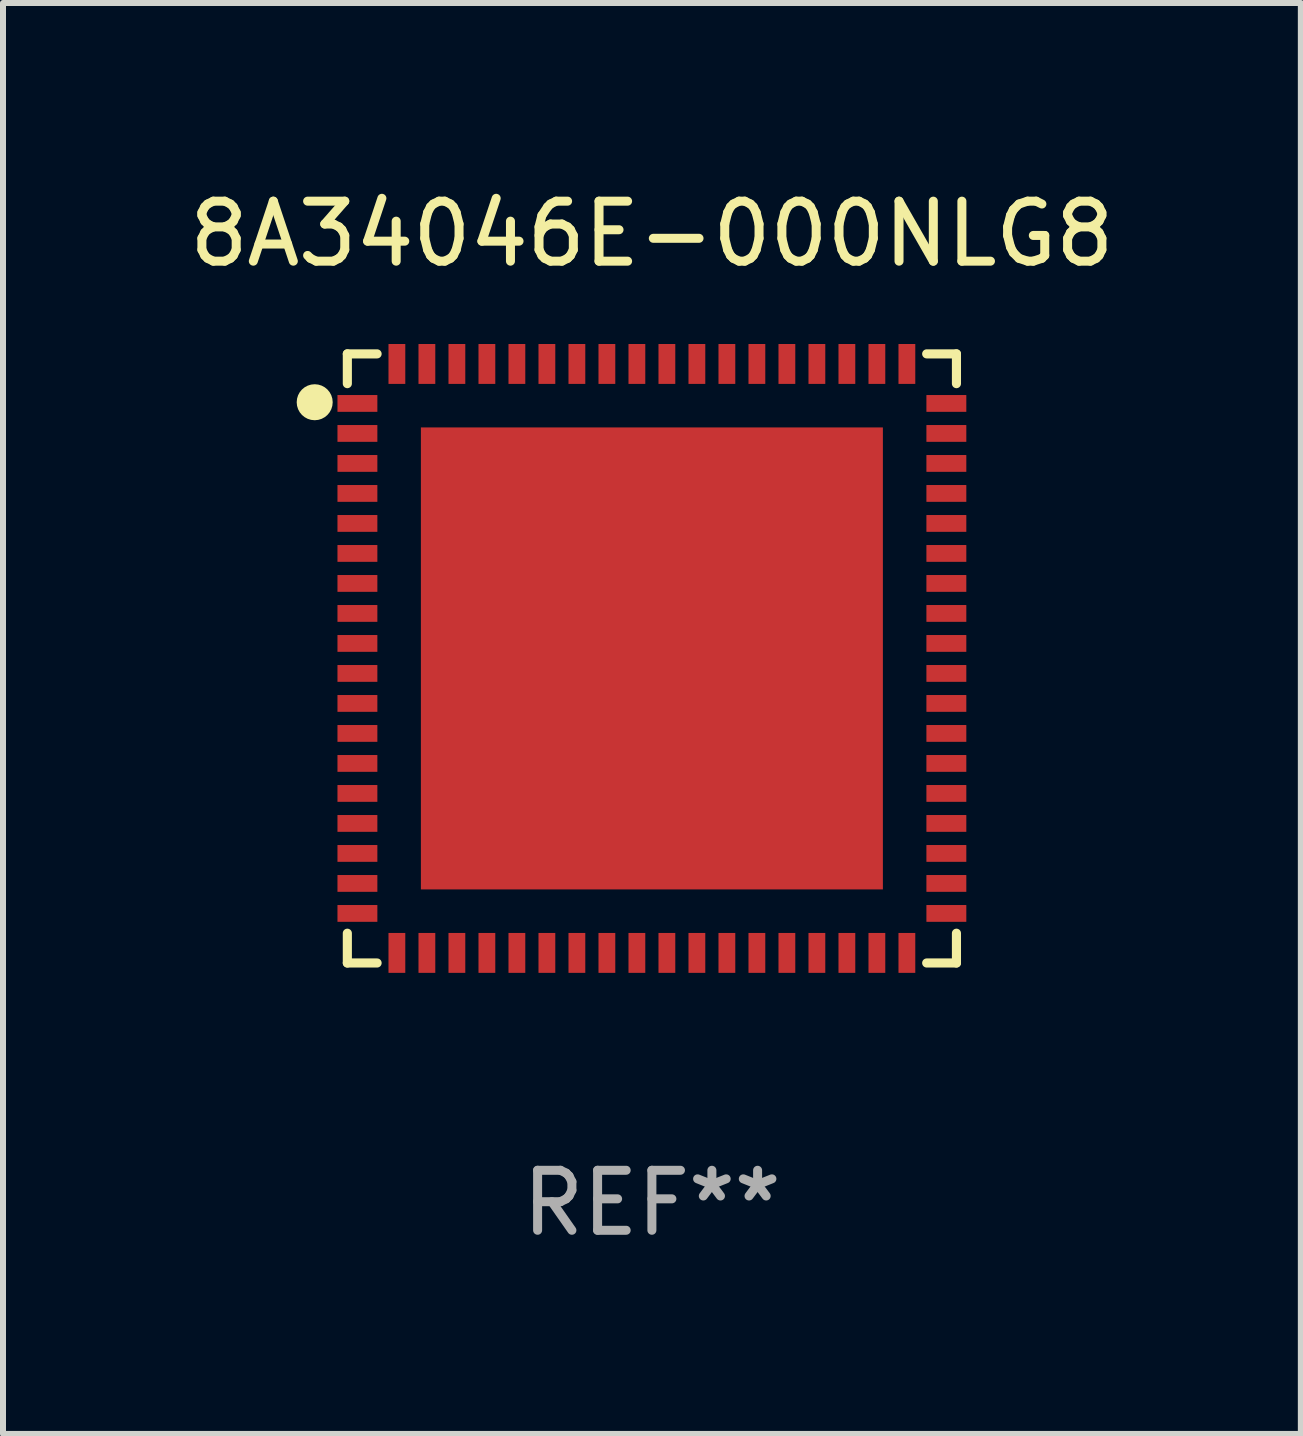
<source format=kicad_pcb>
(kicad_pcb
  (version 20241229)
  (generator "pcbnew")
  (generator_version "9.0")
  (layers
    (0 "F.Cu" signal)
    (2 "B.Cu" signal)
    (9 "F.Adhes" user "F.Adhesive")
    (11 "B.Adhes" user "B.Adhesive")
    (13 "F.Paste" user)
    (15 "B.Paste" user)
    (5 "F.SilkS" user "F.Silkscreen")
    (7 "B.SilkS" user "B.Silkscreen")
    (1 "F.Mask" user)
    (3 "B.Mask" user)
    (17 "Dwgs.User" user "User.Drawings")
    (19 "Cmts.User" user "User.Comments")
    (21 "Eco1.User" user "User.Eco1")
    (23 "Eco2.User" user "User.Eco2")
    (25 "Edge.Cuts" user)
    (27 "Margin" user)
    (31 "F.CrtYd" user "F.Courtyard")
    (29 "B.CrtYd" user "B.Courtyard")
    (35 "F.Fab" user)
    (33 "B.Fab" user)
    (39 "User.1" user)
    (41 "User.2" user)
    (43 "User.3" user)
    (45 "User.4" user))
  (footprint "8A34046E-000NLG8"
    (layer "F.Cu")
    (at 7.815 7.924)
    (property "Reference" "8A34046E-000NLG8" (at 0 -7.076 0) (layer "F.SilkS") (effects (font (size 1 1) (thickness 0.15))))
    (attr through_hole)
    (fp_line (start -5.076 -5.076) (end -5.076 -4.58) (stroke (width 0.152) (type solid)) (layer "F.SilkS"))
    (fp_line (start -5.076 5.076) (end -5.076 4.58) (stroke (width 0.152) (type solid)) (layer "F.SilkS"))
    (fp_line (start -4.58 -5.076) (end -5.076 -5.076) (stroke (width 0.152) (type solid)) (layer "F.SilkS"))
    (fp_line (start -4.58 5.076) (end -5.076 5.076) (stroke (width 0.152) (type solid)) (layer "F.SilkS"))
    (fp_line (start 4.58 -5.076) (end 5.076 -5.076) (stroke (width 0.152) (type solid)) (layer "F.SilkS"))
    (fp_line (start 4.58 5.076) (end 5.076 5.076) (stroke (width 0.152) (type solid)) (layer "F.SilkS"))
    (fp_line (start 5.076 -5.076) (end 5.076 -4.58) (stroke (width 0.152) (type solid)) (layer "F.SilkS"))
    (fp_line (start 5.076 5.076) (end 5.076 4.58) (stroke (width 0.152) (type solid)) (layer "F.SilkS"))
    (fp_circle (center -5.62 -4.27) (end -5.47 -4.27) (stroke (width 0.3) (type solid)) (fill no) (layer "F.SilkS"))
    (fp_text user "REF**" (at 0 9.076 0) (layer "F.Fab") (effects (font (size 1 1) (thickness 0.15))))
    (pad "1" smd rect (at -4.908 -4.25 270) (size 0.28 0.665) (layers "F.Cu" "F.Mask" "F.Paste"))
    (pad "2" smd rect (at -4.908 -3.75 270) (size 0.28 0.665) (layers "F.Cu" "F.Mask" "F.Paste"))
    (pad "3" smd rect (at -4.908 -3.25 270) (size 0.28 0.665) (layers "F.Cu" "F.Mask" "F.Paste"))
    (pad "4" smd rect (at -4.908 -2.75 270) (size 0.28 0.665) (layers "F.Cu" "F.Mask" "F.Paste"))
    (pad "5" smd rect (at -4.908 -2.25 270) (size 0.28 0.665) (layers "F.Cu" "F.Mask" "F.Paste"))
    (pad "6" smd rect (at -4.908 -1.75 270) (size 0.28 0.665) (layers "F.Cu" "F.Mask" "F.Paste"))
    (pad "7" smd rect (at -4.908 -1.25 270) (size 0.28 0.665) (layers "F.Cu" "F.Mask" "F.Paste"))
    (pad "8" smd rect (at -4.908 -0.75 270) (size 0.28 0.665) (layers "F.Cu" "F.Mask" "F.Paste"))
    (pad "9" smd rect (at -4.908 -0.25 270) (size 0.28 0.665) (layers "F.Cu" "F.Mask" "F.Paste"))
    (pad "10" smd rect (at -4.908 0.25 270) (size 0.28 0.665) (layers "F.Cu" "F.Mask" "F.Paste"))
    (pad "11" smd rect (at -4.908 0.75 270) (size 0.28 0.665) (layers "F.Cu" "F.Mask" "F.Paste"))
    (pad "12" smd rect (at -4.908 1.25 270) (size 0.28 0.665) (layers "F.Cu" "F.Mask" "F.Paste"))
    (pad "13" smd rect (at -4.908 1.75 270) (size 0.28 0.665) (layers "F.Cu" "F.Mask" "F.Paste"))
    (pad "14" smd rect (at -4.908 2.25 270) (size 0.28 0.665) (layers "F.Cu" "F.Mask" "F.Paste"))
    (pad "15" smd rect (at -4.908 2.75 270) (size 0.28 0.665) (layers "F.Cu" "F.Mask" "F.Paste"))
    (pad "16" smd rect (at -4.908 3.25 270) (size 0.28 0.665) (layers "F.Cu" "F.Mask" "F.Paste"))
    (pad "17" smd rect (at -4.908 3.75 270) (size 0.28 0.665) (layers "F.Cu" "F.Mask" "F.Paste"))
    (pad "18" smd rect (at -4.908 4.25 270) (size 0.28 0.665) (layers "F.Cu" "F.Mask" "F.Paste"))
    (pad "19" smd rect (at -4.25 4.908 270) (size 0.665 0.28) (layers "F.Cu" "F.Mask" "F.Paste"))
    (pad "20" smd rect (at -3.75 4.908 270) (size 0.665 0.28) (layers "F.Cu" "F.Mask" "F.Paste"))
    (pad "21" smd rect (at -3.25 4.908 270) (size 0.665 0.28) (layers "F.Cu" "F.Mask" "F.Paste"))
    (pad "22" smd rect (at -2.75 4.908 270) (size 0.665 0.28) (layers "F.Cu" "F.Mask" "F.Paste"))
    (pad "23" smd rect (at -2.25 4.908 270) (size 0.665 0.28) (layers "F.Cu" "F.Mask" "F.Paste"))
    (pad "24" smd rect (at -1.75 4.908 270) (size 0.665 0.28) (layers "F.Cu" "F.Mask" "F.Paste"))
    (pad "25" smd rect (at -1.25 4.908 270) (size 0.665 0.28) (layers "F.Cu" "F.Mask" "F.Paste"))
    (pad "26" smd rect (at -0.75 4.908 270) (size 0.665 0.28) (layers "F.Cu" "F.Mask" "F.Paste"))
    (pad "27" smd rect (at -0.25 4.908 270) (size 0.665 0.28) (layers "F.Cu" "F.Mask" "F.Paste"))
    (pad "28" smd rect (at 0.25 4.908 270) (size 0.665 0.28) (layers "F.Cu" "F.Mask" "F.Paste"))
    (pad "29" smd rect (at 0.75 4.908 270) (size 0.665 0.28) (layers "F.Cu" "F.Mask" "F.Paste"))
    (pad "30" smd rect (at 1.25 4.908 270) (size 0.665 0.28) (layers "F.Cu" "F.Mask" "F.Paste"))
    (pad "31" smd rect (at 1.75 4.908 270) (size 0.665 0.28) (layers "F.Cu" "F.Mask" "F.Paste"))
    (pad "32" smd rect (at 2.25 4.908 270) (size 0.665 0.28) (layers "F.Cu" "F.Mask" "F.Paste"))
    (pad "33" smd rect (at 2.75 4.908 270) (size 0.665 0.28) (layers "F.Cu" "F.Mask" "F.Paste"))
    (pad "34" smd rect (at 3.25 4.908 270) (size 0.665 0.28) (layers "F.Cu" "F.Mask" "F.Paste"))
    (pad "35" smd rect (at 3.75 4.908 270) (size 0.665 0.28) (layers "F.Cu" "F.Mask" "F.Paste"))
    (pad "36" smd rect (at 4.25 4.908 270) (size 0.665 0.28) (layers "F.Cu" "F.Mask" "F.Paste"))
    (pad "37" smd rect (at 4.908 4.25 270) (size 0.28 0.665) (layers "F.Cu" "F.Mask" "F.Paste"))
    (pad "38" smd rect (at 4.908 3.75 270) (size 0.28 0.665) (layers "F.Cu" "F.Mask" "F.Paste"))
    (pad "39" smd rect (at 4.908 3.25 270) (size 0.28 0.665) (layers "F.Cu" "F.Mask" "F.Paste"))
    (pad "40" smd rect (at 4.908 2.75 270) (size 0.28 0.665) (layers "F.Cu" "F.Mask" "F.Paste"))
    (pad "41" smd rect (at 4.908 2.25 270) (size 0.28 0.665) (layers "F.Cu" "F.Mask" "F.Paste"))
    (pad "42" smd rect (at 4.908 1.75 270) (size 0.28 0.665) (layers "F.Cu" "F.Mask" "F.Paste"))
    (pad "43" smd rect (at 4.908 1.25 270) (size 0.28 0.665) (layers "F.Cu" "F.Mask" "F.Paste"))
    (pad "44" smd rect (at 4.908 0.75 270) (size 0.28 0.665) (layers "F.Cu" "F.Mask" "F.Paste"))
    (pad "45" smd rect (at 4.908 0.25 270) (size 0.28 0.665) (layers "F.Cu" "F.Mask" "F.Paste"))
    (pad "46" smd rect (at 4.908 -0.25 270) (size 0.28 0.665) (layers "F.Cu" "F.Mask" "F.Paste"))
    (pad "47" smd rect (at 4.908 -0.75 270) (size 0.28 0.665) (layers "F.Cu" "F.Mask" "F.Paste"))
    (pad "48" smd rect (at 4.908 -1.25 270) (size 0.28 0.665) (layers "F.Cu" "F.Mask" "F.Paste"))
    (pad "49" smd rect (at 4.908 -1.75 270) (size 0.28 0.665) (layers "F.Cu" "F.Mask" "F.Paste"))
    (pad "50" smd rect (at 4.908 -2.25 270) (size 0.28 0.665) (layers "F.Cu" "F.Mask" "F.Paste"))
    (pad "51" smd rect (at 4.908 -2.75 270) (size 0.28 0.665) (layers "F.Cu" "F.Mask" "F.Paste"))
    (pad "52" smd rect (at 4.908 -3.25 270) (size 0.28 0.665) (layers "F.Cu" "F.Mask" "F.Paste"))
    (pad "53" smd rect (at 4.908 -3.75 270) (size 0.28 0.665) (layers "F.Cu" "F.Mask" "F.Paste"))
    (pad "54" smd rect (at 4.908 -4.25 270) (size 0.28 0.665) (layers "F.Cu" "F.Mask" "F.Paste"))
    (pad "55" smd rect (at 4.25 -4.908 270) (size 0.665 0.28) (layers "F.Cu" "F.Mask" "F.Paste"))
    (pad "56" smd rect (at 3.75 -4.908 270) (size 0.665 0.28) (layers "F.Cu" "F.Mask" "F.Paste"))
    (pad "57" smd rect (at 3.25 -4.908 270) (size 0.665 0.28) (layers "F.Cu" "F.Mask" "F.Paste"))
    (pad "58" smd rect (at 2.75 -4.908 270) (size 0.665 0.28) (layers "F.Cu" "F.Mask" "F.Paste"))
    (pad "59" smd rect (at 2.25 -4.908 270) (size 0.665 0.28) (layers "F.Cu" "F.Mask" "F.Paste"))
    (pad "60" smd rect (at 1.75 -4.908 270) (size 0.665 0.28) (layers "F.Cu" "F.Mask" "F.Paste"))
    (pad "61" smd rect (at 1.25 -4.908 270) (size 0.665 0.28) (layers "F.Cu" "F.Mask" "F.Paste"))
    (pad "62" smd rect (at 0.75 -4.908 270) (size 0.665 0.28) (layers "F.Cu" "F.Mask" "F.Paste"))
    (pad "63" smd rect (at 0.25 -4.908 270) (size 0.665 0.28) (layers "F.Cu" "F.Mask" "F.Paste"))
    (pad "64" smd rect (at -0.25 -4.908 270) (size 0.665 0.28) (layers "F.Cu" "F.Mask" "F.Paste"))
    (pad "65" smd rect (at -0.75 -4.908 270) (size 0.665 0.28) (layers "F.Cu" "F.Mask" "F.Paste"))
    (pad "66" smd rect (at -1.25 -4.908 270) (size 0.665 0.28) (layers "F.Cu" "F.Mask" "F.Paste"))
    (pad "67" smd rect (at -1.75 -4.908 270) (size 0.665 0.28) (layers "F.Cu" "F.Mask" "F.Paste"))
    (pad "68" smd rect (at -2.25 -4.908 270) (size 0.665 0.28) (layers "F.Cu" "F.Mask" "F.Paste"))
    (pad "69" smd rect (at -2.75 -4.908 270) (size 0.665 0.28) (layers "F.Cu" "F.Mask" "F.Paste"))
    (pad "70" smd rect (at -3.25 -4.908 270) (size 0.665 0.28) (layers "F.Cu" "F.Mask" "F.Paste"))
    (pad "71" smd rect (at -3.75 -4.908 270) (size 0.665 0.28) (layers "F.Cu" "F.Mask" "F.Paste"))
    (pad "72" smd rect (at -4.25 -4.908 270) (size 0.665 0.28) (layers "F.Cu" "F.Mask" "F.Paste"))
    (pad "73" smd rect (at 0 0 270) (size 7.7 7.7) (layers "F.Cu" "F.Mask" "F.Paste")))
  (gr_rect
    (start -3 -3)
    (end 18.631 20.849)
    (stroke (width 0.1) (type default))
    (fill no)
    (layer "Edge.Cuts")))
</source>
